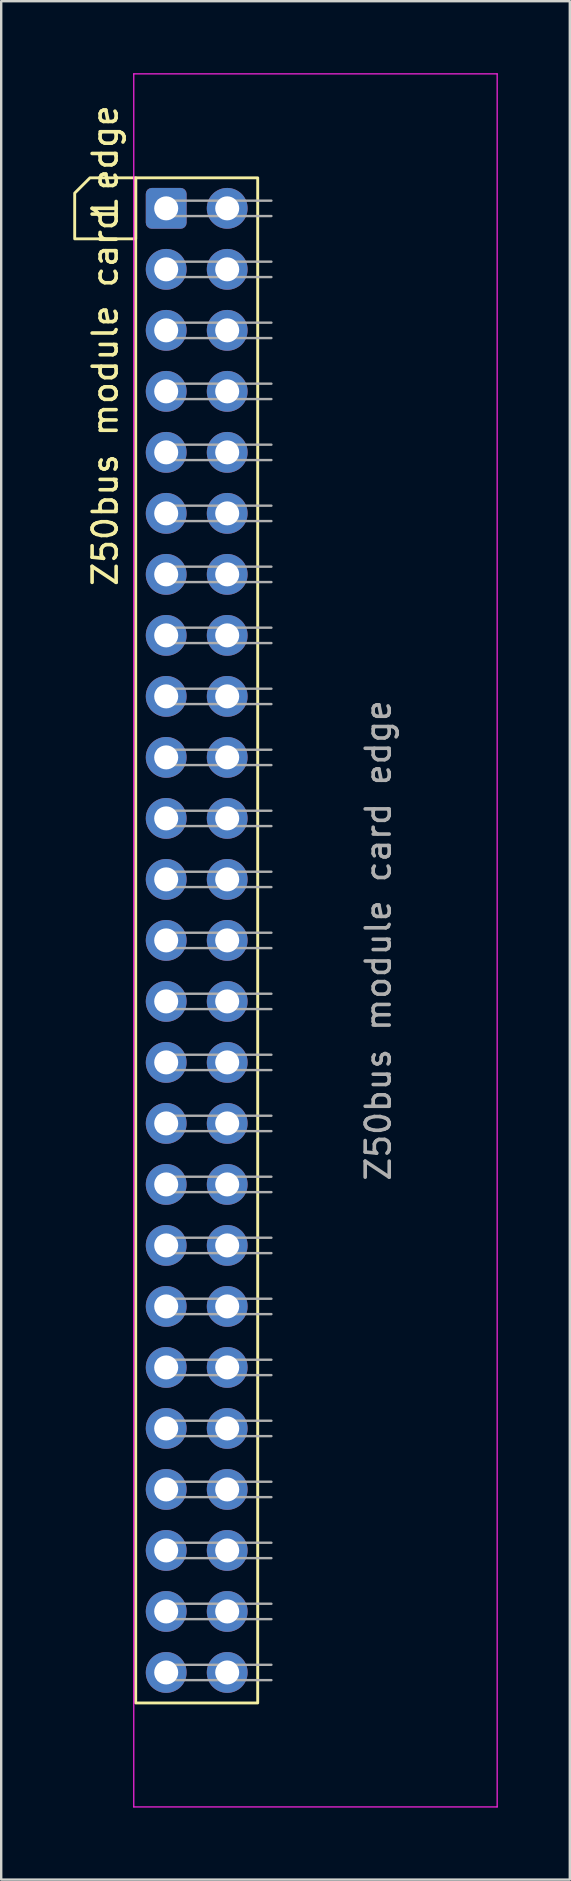
<source format=kicad_pcb>
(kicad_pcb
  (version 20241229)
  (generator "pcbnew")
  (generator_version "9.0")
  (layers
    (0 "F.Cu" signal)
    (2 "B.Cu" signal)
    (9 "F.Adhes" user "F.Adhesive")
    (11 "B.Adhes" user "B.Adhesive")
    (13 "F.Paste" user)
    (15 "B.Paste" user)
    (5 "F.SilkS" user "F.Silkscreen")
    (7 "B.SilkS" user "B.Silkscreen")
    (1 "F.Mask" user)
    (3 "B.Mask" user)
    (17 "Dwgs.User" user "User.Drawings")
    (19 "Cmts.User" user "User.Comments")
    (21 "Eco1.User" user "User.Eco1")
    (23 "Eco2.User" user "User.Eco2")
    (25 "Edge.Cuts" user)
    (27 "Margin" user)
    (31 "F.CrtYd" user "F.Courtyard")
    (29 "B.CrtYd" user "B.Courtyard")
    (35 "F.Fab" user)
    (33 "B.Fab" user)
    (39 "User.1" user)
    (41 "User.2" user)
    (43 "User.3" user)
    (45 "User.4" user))
  (footprint "Z50bus module card edge"
    (layer "F.Cu")
    (at 3.87 5.625)
    (property "Reference" "Z50bus module card edge" (at -2.54 5.715 90) (layer "F.SilkS") (effects (font (size 1 1) (thickness 0.15))))
    (attr through_hole)
    (fp_rect (start -1.27 -1.27) (end 3.81 62.23) (stroke (width 0.12) (type solid)) (fill no) (layer "F.SilkS"))
    (fp_poly (pts (xy -1.27 1.27) (xy -3.81 1.27) (xy -3.81 -0.635) (xy -3.175 -1.27) (xy -1.27 -1.27)) (stroke (width 0.12) (type solid)) (fill no) (layer "F.SilkS"))
    (fp_line (start -1.35 -5.6) (end -1.35 66.56) (stroke (width 0.05) (type solid)) (layer "F.CrtYd"))
    (fp_line (start -1.35 66.56) (end 13.78 66.56) (stroke (width 0.05) (type solid)) (layer "F.CrtYd"))
    (fp_line (start 13.78 -5.6) (end -1.35 -5.6) (stroke (width 0.05) (type solid)) (layer "F.CrtYd"))
    (fp_line (start 13.78 66.56) (end 13.78 -5.6) (stroke (width 0.05) (type solid)) (layer "F.CrtYd"))
    (fp_line (start -0.32 -0.32) (end -0.32 0.32) (stroke (width 0.1) (type solid)) (layer "F.Fab"))
    (fp_line (start -0.32 0.32) (end 4.38 0.32) (stroke (width 0.1) (type solid)) (layer "F.Fab"))
    (fp_line (start -0.32 2.22) (end -0.32 2.86) (stroke (width 0.1) (type solid)) (layer "F.Fab"))
    (fp_line (start -0.32 2.86) (end 4.38 2.86) (stroke (width 0.1) (type solid)) (layer "F.Fab"))
    (fp_line (start -0.32 4.76) (end -0.32 5.4) (stroke (width 0.1) (type solid)) (layer "F.Fab"))
    (fp_line (start -0.32 5.4) (end 4.38 5.4) (stroke (width 0.1) (type solid)) (layer "F.Fab"))
    (fp_line (start -0.32 7.3) (end -0.32 7.94) (stroke (width 0.1) (type solid)) (layer "F.Fab"))
    (fp_line (start -0.32 7.94) (end 4.38 7.94) (stroke (width 0.1) (type solid)) (layer "F.Fab"))
    (fp_line (start -0.32 9.84) (end -0.32 10.48) (stroke (width 0.1) (type solid)) (layer "F.Fab"))
    (fp_line (start -0.32 10.48) (end 4.38 10.48) (stroke (width 0.1) (type solid)) (layer "F.Fab"))
    (fp_line (start -0.32 12.38) (end -0.32 13.02) (stroke (width 0.1) (type solid)) (layer "F.Fab"))
    (fp_line (start -0.32 13.02) (end 4.38 13.02) (stroke (width 0.1) (type solid)) (layer "F.Fab"))
    (fp_line (start -0.32 14.92) (end -0.32 15.56) (stroke (width 0.1) (type solid)) (layer "F.Fab"))
    (fp_line (start -0.32 15.56) (end 4.38 15.56) (stroke (width 0.1) (type solid)) (layer "F.Fab"))
    (fp_line (start -0.32 17.46) (end -0.32 18.1) (stroke (width 0.1) (type solid)) (layer "F.Fab"))
    (fp_line (start -0.32 18.1) (end 4.38 18.1) (stroke (width 0.1) (type solid)) (layer "F.Fab"))
    (fp_line (start -0.32 20) (end -0.32 20.64) (stroke (width 0.1) (type solid)) (layer "F.Fab"))
    (fp_line (start -0.32 20.64) (end 4.38 20.64) (stroke (width 0.1) (type solid)) (layer "F.Fab"))
    (fp_line (start -0.32 22.54) (end -0.32 23.18) (stroke (width 0.1) (type solid)) (layer "F.Fab"))
    (fp_line (start -0.32 23.18) (end 4.38 23.18) (stroke (width 0.1) (type solid)) (layer "F.Fab"))
    (fp_line (start -0.32 25.08) (end -0.32 25.72) (stroke (width 0.1) (type solid)) (layer "F.Fab"))
    (fp_line (start -0.32 25.72) (end 4.38 25.72) (stroke (width 0.1) (type solid)) (layer "F.Fab"))
    (fp_line (start -0.32 27.62) (end -0.32 28.26) (stroke (width 0.1) (type solid)) (layer "F.Fab"))
    (fp_line (start -0.32 28.26) (end 4.38 28.26) (stroke (width 0.1) (type solid)) (layer "F.Fab"))
    (fp_line (start -0.32 30.16) (end -0.32 30.8) (stroke (width 0.1) (type solid)) (layer "F.Fab"))
    (fp_line (start -0.32 30.8) (end 4.38 30.8) (stroke (width 0.1) (type solid)) (layer "F.Fab"))
    (fp_line (start -0.32 32.7) (end -0.32 33.34) (stroke (width 0.1) (type solid)) (layer "F.Fab"))
    (fp_line (start -0.32 33.34) (end 4.38 33.34) (stroke (width 0.1) (type solid)) (layer "F.Fab"))
    (fp_line (start -0.32 35.24) (end -0.32 35.88) (stroke (width 0.1) (type solid)) (layer "F.Fab"))
    (fp_line (start -0.32 35.88) (end 4.38 35.88) (stroke (width 0.1) (type solid)) (layer "F.Fab"))
    (fp_line (start -0.32 37.78) (end -0.32 38.42) (stroke (width 0.1) (type solid)) (layer "F.Fab"))
    (fp_line (start -0.32 38.42) (end 4.38 38.42) (stroke (width 0.1) (type solid)) (layer "F.Fab"))
    (fp_line (start -0.32 40.32) (end -0.32 40.96) (stroke (width 0.1) (type solid)) (layer "F.Fab"))
    (fp_line (start -0.32 40.96) (end 4.38 40.96) (stroke (width 0.1) (type solid)) (layer "F.Fab"))
    (fp_line (start -0.32 42.86) (end -0.32 43.5) (stroke (width 0.1) (type solid)) (layer "F.Fab"))
    (fp_line (start -0.32 43.5) (end 4.38 43.5) (stroke (width 0.1) (type solid)) (layer "F.Fab"))
    (fp_line (start -0.32 45.4) (end -0.32 46.04) (stroke (width 0.1) (type solid)) (layer "F.Fab"))
    (fp_line (start -0.32 46.04) (end 4.38 46.04) (stroke (width 0.1) (type solid)) (layer "F.Fab"))
    (fp_line (start -0.32 47.94) (end -0.32 48.58) (stroke (width 0.1) (type solid)) (layer "F.Fab"))
    (fp_line (start -0.32 48.58) (end 4.38 48.58) (stroke (width 0.1) (type solid)) (layer "F.Fab"))
    (fp_line (start -0.32 50.48) (end -0.32 51.12) (stroke (width 0.1) (type solid)) (layer "F.Fab"))
    (fp_line (start -0.32 51.12) (end 4.38 51.12) (stroke (width 0.1) (type solid)) (layer "F.Fab"))
    (fp_line (start -0.32 53.02) (end -0.32 53.66) (stroke (width 0.1) (type solid)) (layer "F.Fab"))
    (fp_line (start -0.32 53.66) (end 4.38 53.66) (stroke (width 0.1) (type solid)) (layer "F.Fab"))
    (fp_line (start -0.32 55.56) (end -0.32 56.2) (stroke (width 0.1) (type solid)) (layer "F.Fab"))
    (fp_line (start -0.32 56.2) (end 4.38 56.2) (stroke (width 0.1) (type solid)) (layer "F.Fab"))
    (fp_line (start -0.32 58.1) (end -0.32 58.74) (stroke (width 0.1) (type solid)) (layer "F.Fab"))
    (fp_line (start -0.32 58.74) (end 4.38 58.74) (stroke (width 0.1) (type solid)) (layer "F.Fab"))
    (fp_line (start -0.32 60.64) (end -0.32 61.28) (stroke (width 0.1) (type solid)) (layer "F.Fab"))
    (fp_line (start -0.32 61.28) (end 4.38 61.28) (stroke (width 0.1) (type solid)) (layer "F.Fab"))
    (fp_line (start 4.38 -0.32) (end -0.32 -0.32) (stroke (width 0.1) (type solid)) (layer "F.Fab"))
    (fp_line (start 4.38 2.22) (end -0.32 2.22) (stroke (width 0.1) (type solid)) (layer "F.Fab"))
    (fp_line (start 4.38 4.76) (end -0.32 4.76) (stroke (width 0.1) (type solid)) (layer "F.Fab"))
    (fp_line (start 4.38 7.3) (end -0.32 7.3) (stroke (width 0.1) (type solid)) (layer "F.Fab"))
    (fp_line (start 4.38 9.84) (end -0.32 9.84) (stroke (width 0.1) (type solid)) (layer "F.Fab"))
    (fp_line (start 4.38 12.38) (end -0.32 12.38) (stroke (width 0.1) (type solid)) (layer "F.Fab"))
    (fp_line (start 4.38 14.92) (end -0.32 14.92) (stroke (width 0.1) (type solid)) (layer "F.Fab"))
    (fp_line (start 4.38 17.46) (end -0.32 17.46) (stroke (width 0.1) (type solid)) (layer "F.Fab"))
    (fp_line (start 4.38 20) (end -0.32 20) (stroke (width 0.1) (type solid)) (layer "F.Fab"))
    (fp_line (start 4.38 22.54) (end -0.32 22.54) (stroke (width 0.1) (type solid)) (layer "F.Fab"))
    (fp_line (start 4.38 25.08) (end -0.32 25.08) (stroke (width 0.1) (type solid)) (layer "F.Fab"))
    (fp_line (start 4.38 27.62) (end -0.32 27.62) (stroke (width 0.1) (type solid)) (layer "F.Fab"))
    (fp_line (start 4.38 30.16) (end -0.32 30.16) (stroke (width 0.1) (type solid)) (layer "F.Fab"))
    (fp_line (start 4.38 32.7) (end -0.32 32.7) (stroke (width 0.1) (type solid)) (layer "F.Fab"))
    (fp_line (start 4.38 35.24) (end -0.32 35.24) (stroke (width 0.1) (type solid)) (layer "F.Fab"))
    (fp_line (start 4.38 37.78) (end -0.32 37.78) (stroke (width 0.1) (type solid)) (layer "F.Fab"))
    (fp_line (start 4.38 40.32) (end -0.32 40.32) (stroke (width 0.1) (type solid)) (layer "F.Fab"))
    (fp_line (start 4.38 42.86) (end -0.32 42.86) (stroke (width 0.1) (type solid)) (layer "F.Fab"))
    (fp_line (start 4.38 45.4) (end -0.32 45.4) (stroke (width 0.1) (type solid)) (layer "F.Fab"))
    (fp_line (start 4.38 47.94) (end -0.32 47.94) (stroke (width 0.1) (type solid)) (layer "F.Fab"))
    (fp_line (start 4.38 50.48) (end -0.32 50.48) (stroke (width 0.1) (type solid)) (layer "F.Fab"))
    (fp_line (start 4.38 53.02) (end -0.32 53.02) (stroke (width 0.1) (type solid)) (layer "F.Fab"))
    (fp_line (start 4.38 55.56) (end -0.32 55.56) (stroke (width 0.1) (type solid)) (layer "F.Fab"))
    (fp_line (start 4.38 58.1) (end -0.32 58.1) (stroke (width 0.1) (type solid)) (layer "F.Fab"))
    (fp_line (start 4.38 60.64) (end -0.32 60.64) (stroke (width 0.1) (type solid)) (layer "F.Fab"))
    (fp_text user "1" (at -2.54 0 90) (unlocked yes) (layer "F.SilkS") (effects (font (size 1 1) (thickness 0.15))))
    (fp_text user "${REFERENCE}" (at 8.83 30.48 90) (layer "F.Fab") (effects (font (size 1 1) (thickness 0.15))))
    (pad "1" thru_hole roundrect (at 0 0) (size 1.7 1.7) (drill 1) (layers "*.Cu" "*.Mask") (roundrect_rratio 0.147))
    (pad "2" thru_hole circle (at 2.54 0) (size 1.7 1.7) (drill 1) (layers "*.Cu" "*.Mask"))
    (pad "3" thru_hole circle (at 0 2.54) (size 1.7 1.7) (drill 1) (layers "*.Cu" "*.Mask"))
    (pad "4" thru_hole circle (at 2.54 2.54) (size 1.7 1.7) (drill 1) (layers "*.Cu" "*.Mask"))
    (pad "5" thru_hole circle (at 0 5.08) (size 1.7 1.7) (drill 1) (layers "*.Cu" "*.Mask"))
    (pad "6" thru_hole circle (at 2.54 5.08) (size 1.7 1.7) (drill 1) (layers "*.Cu" "*.Mask"))
    (pad "7" thru_hole circle (at 0 7.62) (size 1.7 1.7) (drill 1) (layers "*.Cu" "*.Mask"))
    (pad "8" thru_hole circle (at 2.54 7.62) (size 1.7 1.7) (drill 1) (layers "*.Cu" "*.Mask"))
    (pad "9" thru_hole circle (at 0 10.16) (size 1.7 1.7) (drill 1) (layers "*.Cu" "*.Mask"))
    (pad "10" thru_hole circle (at 2.54 10.16) (size 1.7 1.7) (drill 1) (layers "*.Cu" "*.Mask"))
    (pad "11" thru_hole circle (at 0 12.7) (size 1.7 1.7) (drill 1) (layers "*.Cu" "*.Mask"))
    (pad "12" thru_hole circle (at 2.54 12.7) (size 1.7 1.7) (drill 1) (layers "*.Cu" "*.Mask"))
    (pad "13" thru_hole circle (at 0 15.24) (size 1.7 1.7) (drill 1) (layers "*.Cu" "*.Mask"))
    (pad "14" thru_hole circle (at 2.54 15.24) (size 1.7 1.7) (drill 1) (layers "*.Cu" "*.Mask"))
    (pad "15" thru_hole circle (at 0 17.78) (size 1.7 1.7) (drill 1) (layers "*.Cu" "*.Mask"))
    (pad "16" thru_hole circle (at 2.54 17.78) (size 1.7 1.7) (drill 1) (layers "*.Cu" "*.Mask"))
    (pad "17" thru_hole circle (at 0 20.32) (size 1.7 1.7) (drill 1) (layers "*.Cu" "*.Mask"))
    (pad "18" thru_hole circle (at 2.54 20.32) (size 1.7 1.7) (drill 1) (layers "*.Cu" "*.Mask"))
    (pad "19" thru_hole circle (at 0 22.86) (size 1.7 1.7) (drill 1) (layers "*.Cu" "*.Mask"))
    (pad "20" thru_hole circle (at 2.54 22.86) (size 1.7 1.7) (drill 1) (layers "*.Cu" "*.Mask"))
    (pad "21" thru_hole circle (at 0 25.4) (size 1.7 1.7) (drill 1) (layers "*.Cu" "*.Mask"))
    (pad "22" thru_hole circle (at 2.54 25.4) (size 1.7 1.7) (drill 1) (layers "*.Cu" "*.Mask"))
    (pad "23" thru_hole circle (at 0 27.94) (size 1.7 1.7) (drill 1) (layers "*.Cu" "*.Mask"))
    (pad "24" thru_hole circle (at 2.54 27.94) (size 1.7 1.7) (drill 1) (layers "*.Cu" "*.Mask"))
    (pad "25" thru_hole circle (at 0 30.48) (size 1.7 1.7) (drill 1) (layers "*.Cu" "*.Mask"))
    (pad "26" thru_hole circle (at 2.54 30.48) (size 1.7 1.7) (drill 1) (layers "*.Cu" "*.Mask"))
    (pad "27" thru_hole circle (at 0 33.02) (size 1.7 1.7) (drill 1) (layers "*.Cu" "*.Mask"))
    (pad "28" thru_hole circle (at 2.54 33.02) (size 1.7 1.7) (drill 1) (layers "*.Cu" "*.Mask"))
    (pad "29" thru_hole circle (at 0 35.56) (size 1.7 1.7) (drill 1) (layers "*.Cu" "*.Mask"))
    (pad "30" thru_hole circle (at 2.54 35.56) (size 1.7 1.7) (drill 1) (layers "*.Cu" "*.Mask"))
    (pad "31" thru_hole circle (at 0 38.1) (size 1.7 1.7) (drill 1) (layers "*.Cu" "*.Mask"))
    (pad "32" thru_hole circle (at 2.54 38.1) (size 1.7 1.7) (drill 1) (layers "*.Cu" "*.Mask"))
    (pad "33" thru_hole circle (at 0 40.64) (size 1.7 1.7) (drill 1) (layers "*.Cu" "*.Mask"))
    (pad "34" thru_hole circle (at 2.54 40.64) (size 1.7 1.7) (drill 1) (layers "*.Cu" "*.Mask"))
    (pad "35" thru_hole circle (at 0 43.18) (size 1.7 1.7) (drill 1) (layers "*.Cu" "*.Mask"))
    (pad "36" thru_hole circle (at 2.54 43.18) (size 1.7 1.7) (drill 1) (layers "*.Cu" "*.Mask"))
    (pad "37" thru_hole circle (at 0 45.72) (size 1.7 1.7) (drill 1) (layers "*.Cu" "*.Mask"))
    (pad "38" thru_hole circle (at 2.54 45.72) (size 1.7 1.7) (drill 1) (layers "*.Cu" "*.Mask"))
    (pad "39" thru_hole circle (at 0 48.26) (size 1.7 1.7) (drill 1) (layers "*.Cu" "*.Mask"))
    (pad "40" thru_hole circle (at 2.54 48.26) (size 1.7 1.7) (drill 1) (layers "*.Cu" "*.Mask"))
    (pad "41" thru_hole circle (at 0 50.8) (size 1.7 1.7) (drill 1) (layers "*.Cu" "*.Mask"))
    (pad "42" thru_hole circle (at 2.54 50.8) (size 1.7 1.7) (drill 1) (layers "*.Cu" "*.Mask"))
    (pad "43" thru_hole circle (at 0 53.34) (size 1.7 1.7) (drill 1) (layers "*.Cu" "*.Mask"))
    (pad "44" thru_hole circle (at 2.54 53.34) (size 1.7 1.7) (drill 1) (layers "*.Cu" "*.Mask"))
    (pad "45" thru_hole circle (at 0 55.88) (size 1.7 1.7) (drill 1) (layers "*.Cu" "*.Mask"))
    (pad "46" thru_hole circle (at 2.54 55.88) (size 1.7 1.7) (drill 1) (layers "*.Cu" "*.Mask"))
    (pad "47" thru_hole circle (at 0 58.42) (size 1.7 1.7) (drill 1) (layers "*.Cu" "*.Mask"))
    (pad "48" thru_hole circle (at 2.54 58.42) (size 1.7 1.7) (drill 1) (layers "*.Cu" "*.Mask"))
    (pad "49" thru_hole circle (at 0 60.96) (size 1.7 1.7) (drill 1) (layers "*.Cu" "*.Mask"))
    (pad "50" thru_hole circle (at 2.54 60.96) (size 1.7 1.7) (drill 1) (layers "*.Cu" "*.Mask")))
  (gr_rect
    (start -3 -3)
    (end 20.675 75.21)
    (stroke (width 0.1) (type default))
    (fill no)
    (layer "Edge.Cuts")))
</source>
